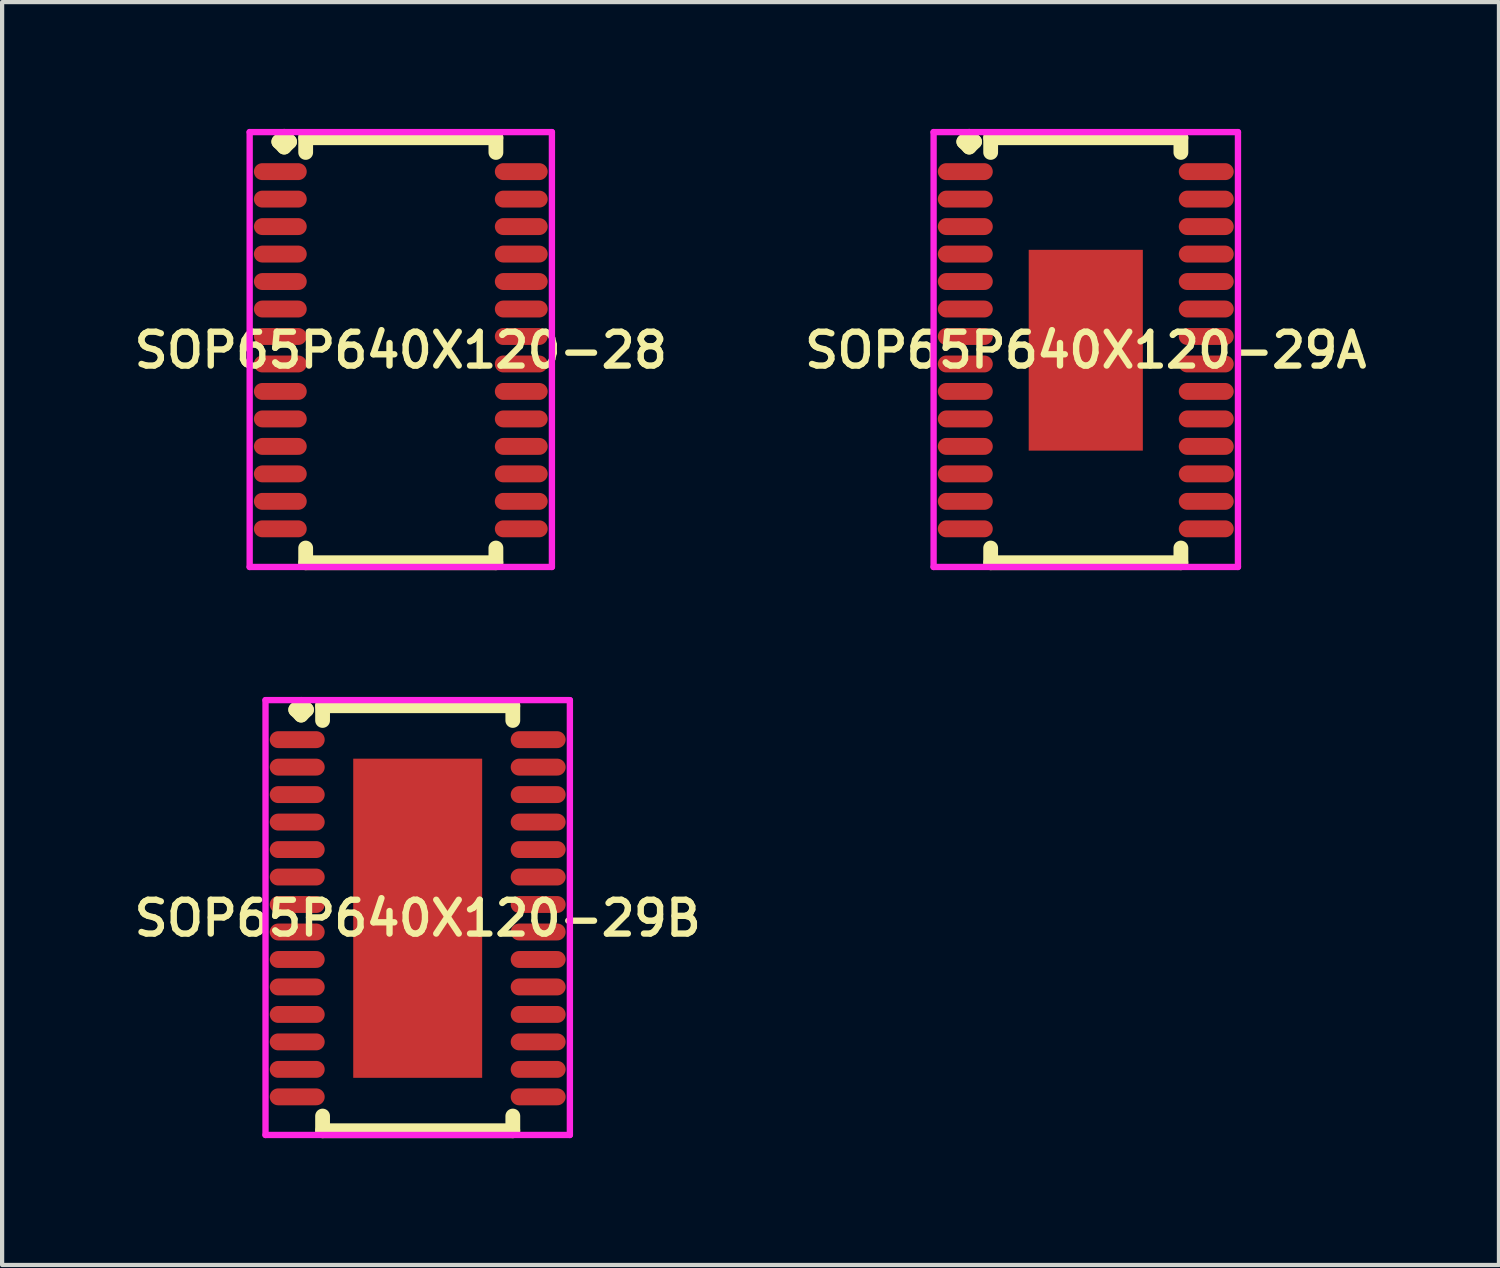
<source format=kicad_pcb>
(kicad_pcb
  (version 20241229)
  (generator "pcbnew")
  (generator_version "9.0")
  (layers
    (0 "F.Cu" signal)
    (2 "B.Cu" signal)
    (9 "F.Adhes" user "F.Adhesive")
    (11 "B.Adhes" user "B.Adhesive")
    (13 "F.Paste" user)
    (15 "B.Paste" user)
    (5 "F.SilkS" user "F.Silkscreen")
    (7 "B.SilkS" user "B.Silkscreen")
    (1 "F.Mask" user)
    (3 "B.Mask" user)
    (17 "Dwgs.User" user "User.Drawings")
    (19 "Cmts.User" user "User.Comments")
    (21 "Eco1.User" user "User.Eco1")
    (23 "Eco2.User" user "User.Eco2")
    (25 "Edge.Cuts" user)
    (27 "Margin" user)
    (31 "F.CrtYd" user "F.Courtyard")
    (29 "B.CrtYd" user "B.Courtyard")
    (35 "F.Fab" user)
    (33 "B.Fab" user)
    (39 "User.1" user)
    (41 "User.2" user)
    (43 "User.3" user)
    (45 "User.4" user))
  (footprint "SOP65P640X120-28"
    (layer "F.Cu")
    (at 6.431 5.235)
    (property "Reference" "SOP65P640X120-28" (at 0 0 0) (layer "F.SilkS") (effects (font (size 0.8 0.8) (thickness 0.15))))
    (attr smd)
    (fp_line (start -2.885 -4.933) (end -2.758 -5.06) (stroke (width 0.35) (type solid)) (layer "F.SilkS"))
    (fp_line (start -2.758 -5.06) (end -2.631 -4.933) (stroke (width 0.35) (type solid)) (layer "F.SilkS"))
    (fp_line (start -2.758 -4.806) (end -2.885 -4.933) (stroke (width 0.35) (type solid)) (layer "F.SilkS"))
    (fp_line (start -2.631 -4.933) (end -2.758 -4.806) (stroke (width 0.35) (type solid)) (layer "F.SilkS"))
    (fp_line (start -2.25 -5.027) (end 2.25 -5.027) (stroke (width 0.35) (type solid)) (layer "F.SilkS"))
    (fp_line (start -2.25 -4.679) (end -2.25 -5.027) (stroke (width 0.35) (type solid)) (layer "F.SilkS"))
    (fp_line (start -2.25 4.679) (end -2.25 5.027) (stroke (width 0.35) (type solid)) (layer "F.SilkS"))
    (fp_line (start -2.25 5.027) (end 2.25 5.027) (stroke (width 0.35) (type solid)) (layer "F.SilkS"))
    (fp_line (start 2.25 -5.027) (end 2.25 -4.679) (stroke (width 0.35) (type solid)) (layer "F.SilkS"))
    (fp_line (start 2.25 5.027) (end 2.25 4.679) (stroke (width 0.35) (type solid)) (layer "F.SilkS"))
    (fp_line (start -3.575 -5.16) (end 3.575 -5.16) (stroke (width 0.15) (type solid)) (layer "F.CrtYd"))
    (fp_line (start -3.575 5.127) (end -3.575 -5.16) (stroke (width 0.15) (type solid)) (layer "F.CrtYd"))
    (fp_line (start 3.575 -5.16) (end 3.575 5.127) (stroke (width 0.15) (type solid)) (layer "F.CrtYd"))
    (fp_line (start 3.575 5.127) (end -3.575 5.127) (stroke (width 0.15) (type solid)) (layer "F.CrtYd"))
    (pad "1" smd oval (at -2.85 -4.225) (size 1.25 0.4) (layers "F.Cu" "F.Mask" "F.Paste"))
    (pad "2" smd oval (at -2.85 -3.575) (size 1.25 0.4) (layers "F.Cu" "F.Mask" "F.Paste"))
    (pad "3" smd oval (at -2.85 -2.925) (size 1.25 0.4) (layers "F.Cu" "F.Mask" "F.Paste"))
    (pad "4" smd oval (at -2.85 -2.275) (size 1.25 0.4) (layers "F.Cu" "F.Mask" "F.Paste"))
    (pad "5" smd oval (at -2.85 -1.625) (size 1.25 0.4) (layers "F.Cu" "F.Mask" "F.Paste"))
    (pad "6" smd oval (at -2.85 -0.975) (size 1.25 0.4) (layers "F.Cu" "F.Mask" "F.Paste"))
    (pad "7" smd oval (at -2.85 -0.325) (size 1.25 0.4) (layers "F.Cu" "F.Mask" "F.Paste"))
    (pad "8" smd oval (at -2.85 0.325) (size 1.25 0.4) (layers "F.Cu" "F.Mask" "F.Paste"))
    (pad "9" smd oval (at -2.85 0.975) (size 1.25 0.4) (layers "F.Cu" "F.Mask" "F.Paste"))
    (pad "10" smd oval (at -2.85 1.625) (size 1.25 0.4) (layers "F.Cu" "F.Mask" "F.Paste"))
    (pad "11" smd oval (at -2.85 2.275) (size 1.25 0.4) (layers "F.Cu" "F.Mask" "F.Paste"))
    (pad "12" smd oval (at -2.85 2.925) (size 1.25 0.4) (layers "F.Cu" "F.Mask" "F.Paste"))
    (pad "13" smd oval (at -2.85 3.575) (size 1.25 0.4) (layers "F.Cu" "F.Mask" "F.Paste"))
    (pad "14" smd oval (at -2.85 4.225) (size 1.25 0.4) (layers "F.Cu" "F.Mask" "F.Paste"))
    (pad "15" smd oval (at 2.85 4.225) (size 1.25 0.4) (layers "F.Cu" "F.Mask" "F.Paste"))
    (pad "16" smd oval (at 2.85 3.575) (size 1.25 0.4) (layers "F.Cu" "F.Mask" "F.Paste"))
    (pad "17" smd oval (at 2.85 2.925) (size 1.25 0.4) (layers "F.Cu" "F.Mask" "F.Paste"))
    (pad "18" smd oval (at 2.85 2.275) (size 1.25 0.4) (layers "F.Cu" "F.Mask" "F.Paste"))
    (pad "19" smd oval (at 2.85 1.625) (size 1.25 0.4) (layers "F.Cu" "F.Mask" "F.Paste"))
    (pad "20" smd oval (at 2.85 0.975) (size 1.25 0.4) (layers "F.Cu" "F.Mask" "F.Paste"))
    (pad "21" smd oval (at 2.85 0.325) (size 1.25 0.4) (layers "F.Cu" "F.Mask" "F.Paste"))
    (pad "22" smd oval (at 2.85 -0.325) (size 1.25 0.4) (layers "F.Cu" "F.Mask" "F.Paste"))
    (pad "23" smd oval (at 2.85 -0.975) (size 1.25 0.4) (layers "F.Cu" "F.Mask" "F.Paste"))
    (pad "24" smd oval (at 2.85 -1.625) (size 1.25 0.4) (layers "F.Cu" "F.Mask" "F.Paste"))
    (pad "25" smd oval (at 2.85 -2.275) (size 1.25 0.4) (layers "F.Cu" "F.Mask" "F.Paste"))
    (pad "26" smd oval (at 2.85 -2.925) (size 1.25 0.4) (layers "F.Cu" "F.Mask" "F.Paste"))
    (pad "27" smd oval (at 2.85 -3.575) (size 1.25 0.4) (layers "F.Cu" "F.Mask" "F.Paste"))
    (pad "28" smd oval (at 2.85 -4.225) (size 1.25 0.4) (layers "F.Cu" "F.Mask" "F.Paste")))
  (footprint "SOP65P640X120-29A"
    (layer "F.Cu")
    (at 22.635 5.235)
    (property "Reference" "SOP65P640X120-29A" (at 0 0 0) (layer "F.SilkS") (effects (font (size 0.8 0.8) (thickness 0.15))))
    (attr smd)
    (fp_line (start -2.885 -4.933) (end -2.758 -5.06) (stroke (width 0.35) (type solid)) (layer "F.SilkS"))
    (fp_line (start -2.758 -5.06) (end -2.631 -4.933) (stroke (width 0.35) (type solid)) (layer "F.SilkS"))
    (fp_line (start -2.758 -4.806) (end -2.885 -4.933) (stroke (width 0.35) (type solid)) (layer "F.SilkS"))
    (fp_line (start -2.631 -4.933) (end -2.758 -4.806) (stroke (width 0.35) (type solid)) (layer "F.SilkS"))
    (fp_line (start -2.25 -5.027) (end 2.25 -5.027) (stroke (width 0.35) (type solid)) (layer "F.SilkS"))
    (fp_line (start -2.25 -4.679) (end -2.25 -5.027) (stroke (width 0.35) (type solid)) (layer "F.SilkS"))
    (fp_line (start -2.25 4.679) (end -2.25 5.027) (stroke (width 0.35) (type solid)) (layer "F.SilkS"))
    (fp_line (start -2.25 5.027) (end 2.25 5.027) (stroke (width 0.35) (type solid)) (layer "F.SilkS"))
    (fp_line (start 2.25 -5.027) (end 2.25 -4.679) (stroke (width 0.35) (type solid)) (layer "F.SilkS"))
    (fp_line (start 2.25 5.027) (end 2.25 4.679) (stroke (width 0.35) (type solid)) (layer "F.SilkS"))
    (fp_line (start -3.6 -5.16) (end 3.6 -5.16) (stroke (width 0.15) (type solid)) (layer "F.CrtYd"))
    (fp_line (start -3.6 5.127) (end -3.6 -5.16) (stroke (width 0.15) (type solid)) (layer "F.CrtYd"))
    (fp_line (start 3.6 -5.16) (end 3.6 5.127) (stroke (width 0.15) (type solid)) (layer "F.CrtYd"))
    (fp_line (start 3.6 5.127) (end -3.6 5.127) (stroke (width 0.15) (type solid)) (layer "F.CrtYd"))
    (pad "1" smd oval (at -2.85 -4.225) (size 1.3 0.4) (layers "F.Cu" "F.Mask" "F.Paste"))
    (pad "2" smd oval (at -2.85 -3.575) (size 1.3 0.4) (layers "F.Cu" "F.Mask" "F.Paste"))
    (pad "3" smd oval (at -2.85 -2.925) (size 1.3 0.4) (layers "F.Cu" "F.Mask" "F.Paste"))
    (pad "4" smd oval (at -2.85 -2.275) (size 1.3 0.4) (layers "F.Cu" "F.Mask" "F.Paste"))
    (pad "5" smd oval (at -2.85 -1.625) (size 1.3 0.4) (layers "F.Cu" "F.Mask" "F.Paste"))
    (pad "6" smd oval (at -2.85 -0.975) (size 1.3 0.4) (layers "F.Cu" "F.Mask" "F.Paste"))
    (pad "7" smd oval (at -2.85 -0.325) (size 1.3 0.4) (layers "F.Cu" "F.Mask" "F.Paste"))
    (pad "8" smd oval (at -2.85 0.325) (size 1.3 0.4) (layers "F.Cu" "F.Mask" "F.Paste"))
    (pad "9" smd oval (at -2.85 0.975) (size 1.3 0.4) (layers "F.Cu" "F.Mask" "F.Paste"))
    (pad "10" smd oval (at -2.85 1.625) (size 1.3 0.4) (layers "F.Cu" "F.Mask" "F.Paste"))
    (pad "11" smd oval (at -2.85 2.275) (size 1.3 0.4) (layers "F.Cu" "F.Mask" "F.Paste"))
    (pad "12" smd oval (at -2.85 2.925) (size 1.3 0.4) (layers "F.Cu" "F.Mask" "F.Paste"))
    (pad "13" smd oval (at -2.85 3.575) (size 1.3 0.4) (layers "F.Cu" "F.Mask" "F.Paste"))
    (pad "14" smd oval (at -2.85 4.225) (size 1.3 0.4) (layers "F.Cu" "F.Mask" "F.Paste"))
    (pad "15" smd oval (at 2.85 4.225) (size 1.3 0.4) (layers "F.Cu" "F.Mask" "F.Paste"))
    (pad "16" smd oval (at 2.85 3.575) (size 1.3 0.4) (layers "F.Cu" "F.Mask" "F.Paste"))
    (pad "17" smd oval (at 2.85 2.925) (size 1.3 0.4) (layers "F.Cu" "F.Mask" "F.Paste"))
    (pad "18" smd oval (at 2.85 2.275) (size 1.3 0.4) (layers "F.Cu" "F.Mask" "F.Paste"))
    (pad "19" smd oval (at 2.85 1.625) (size 1.3 0.4) (layers "F.Cu" "F.Mask" "F.Paste"))
    (pad "20" smd oval (at 2.85 0.975) (size 1.3 0.4) (layers "F.Cu" "F.Mask" "F.Paste"))
    (pad "21" smd oval (at 2.85 0.325) (size 1.3 0.4) (layers "F.Cu" "F.Mask" "F.Paste"))
    (pad "22" smd oval (at 2.85 -0.325) (size 1.3 0.4) (layers "F.Cu" "F.Mask" "F.Paste"))
    (pad "23" smd oval (at 2.85 -0.975) (size 1.3 0.4) (layers "F.Cu" "F.Mask" "F.Paste"))
    (pad "24" smd oval (at 2.85 -1.625) (size 1.3 0.4) (layers "F.Cu" "F.Mask" "F.Paste"))
    (pad "25" smd oval (at 2.85 -2.275) (size 1.3 0.4) (layers "F.Cu" "F.Mask" "F.Paste"))
    (pad "26" smd oval (at 2.85 -2.925) (size 1.3 0.4) (layers "F.Cu" "F.Mask" "F.Paste"))
    (pad "27" smd oval (at 2.85 -3.575) (size 1.3 0.4) (layers "F.Cu" "F.Mask" "F.Paste"))
    (pad "28" smd oval (at 2.85 -4.225) (size 1.3 0.4) (layers "F.Cu" "F.Mask" "F.Paste"))
    (pad "29" smd rect (at 0 0) (size 2.7 4.75) (layers "F.Cu" "F.Mask" "F.Paste")))
  (footprint "SOP65P640X120-29B"
    (layer "F.Cu")
    (at 6.831 18.672)
    (property "Reference" "SOP65P640X120-29B" (at 0 0 0) (layer "F.SilkS") (effects (font (size 0.8 0.8) (thickness 0.15))))
    (attr smd)
    (fp_line (start -2.885 -4.933) (end -2.758 -5.06) (stroke (width 0.35) (type solid)) (layer "F.SilkS"))
    (fp_line (start -2.758 -5.06) (end -2.631 -4.933) (stroke (width 0.35) (type solid)) (layer "F.SilkS"))
    (fp_line (start -2.758 -4.806) (end -2.885 -4.933) (stroke (width 0.35) (type solid)) (layer "F.SilkS"))
    (fp_line (start -2.631 -4.933) (end -2.758 -4.806) (stroke (width 0.35) (type solid)) (layer "F.SilkS"))
    (fp_line (start -2.25 -5.027) (end 2.25 -5.027) (stroke (width 0.35) (type solid)) (layer "F.SilkS"))
    (fp_line (start -2.25 -4.679) (end -2.25 -5.027) (stroke (width 0.35) (type solid)) (layer "F.SilkS"))
    (fp_line (start -2.25 4.679) (end -2.25 5.027) (stroke (width 0.35) (type solid)) (layer "F.SilkS"))
    (fp_line (start -2.25 5.027) (end 2.25 5.027) (stroke (width 0.35) (type solid)) (layer "F.SilkS"))
    (fp_line (start 2.25 -5.027) (end 2.25 -4.679) (stroke (width 0.35) (type solid)) (layer "F.SilkS"))
    (fp_line (start 2.25 5.027) (end 2.25 4.679) (stroke (width 0.35) (type solid)) (layer "F.SilkS"))
    (fp_line (start -3.6 -5.16) (end 3.6 -5.16) (stroke (width 0.15) (type solid)) (layer "F.CrtYd"))
    (fp_line (start -3.6 5.127) (end -3.6 -5.16) (stroke (width 0.15) (type solid)) (layer "F.CrtYd"))
    (fp_line (start 3.6 -5.16) (end 3.6 5.127) (stroke (width 0.15) (type solid)) (layer "F.CrtYd"))
    (fp_line (start 3.6 5.127) (end -3.6 5.127) (stroke (width 0.15) (type solid)) (layer "F.CrtYd"))
    (pad "1" smd oval (at -2.85 -4.225) (size 1.3 0.4) (layers "F.Cu" "F.Mask" "F.Paste"))
    (pad "2" smd oval (at -2.85 -3.575) (size 1.3 0.4) (layers "F.Cu" "F.Mask" "F.Paste"))
    (pad "3" smd oval (at -2.85 -2.925) (size 1.3 0.4) (layers "F.Cu" "F.Mask" "F.Paste"))
    (pad "4" smd oval (at -2.85 -2.275) (size 1.3 0.4) (layers "F.Cu" "F.Mask" "F.Paste"))
    (pad "5" smd oval (at -2.85 -1.625) (size 1.3 0.4) (layers "F.Cu" "F.Mask" "F.Paste"))
    (pad "6" smd oval (at -2.85 -0.975) (size 1.3 0.4) (layers "F.Cu" "F.Mask" "F.Paste"))
    (pad "7" smd oval (at -2.85 -0.325) (size 1.3 0.4) (layers "F.Cu" "F.Mask" "F.Paste"))
    (pad "8" smd oval (at -2.85 0.325) (size 1.3 0.4) (layers "F.Cu" "F.Mask" "F.Paste"))
    (pad "9" smd oval (at -2.85 0.975) (size 1.3 0.4) (layers "F.Cu" "F.Mask" "F.Paste"))
    (pad "10" smd oval (at -2.85 1.625) (size 1.3 0.4) (layers "F.Cu" "F.Mask" "F.Paste"))
    (pad "11" smd oval (at -2.85 2.275) (size 1.3 0.4) (layers "F.Cu" "F.Mask" "F.Paste"))
    (pad "12" smd oval (at -2.85 2.925) (size 1.3 0.4) (layers "F.Cu" "F.Mask" "F.Paste"))
    (pad "13" smd oval (at -2.85 3.575) (size 1.3 0.4) (layers "F.Cu" "F.Mask" "F.Paste"))
    (pad "14" smd oval (at -2.85 4.225) (size 1.3 0.4) (layers "F.Cu" "F.Mask" "F.Paste"))
    (pad "15" smd oval (at 2.85 4.225) (size 1.3 0.4) (layers "F.Cu" "F.Mask" "F.Paste"))
    (pad "16" smd oval (at 2.85 3.575) (size 1.3 0.4) (layers "F.Cu" "F.Mask" "F.Paste"))
    (pad "17" smd oval (at 2.85 2.925) (size 1.3 0.4) (layers "F.Cu" "F.Mask" "F.Paste"))
    (pad "18" smd oval (at 2.85 2.275) (size 1.3 0.4) (layers "F.Cu" "F.Mask" "F.Paste"))
    (pad "19" smd oval (at 2.85 1.625) (size 1.3 0.4) (layers "F.Cu" "F.Mask" "F.Paste"))
    (pad "20" smd oval (at 2.85 0.975) (size 1.3 0.4) (layers "F.Cu" "F.Mask" "F.Paste"))
    (pad "21" smd oval (at 2.85 0.325) (size 1.3 0.4) (layers "F.Cu" "F.Mask" "F.Paste"))
    (pad "22" smd oval (at 2.85 -0.325) (size 1.3 0.4) (layers "F.Cu" "F.Mask" "F.Paste"))
    (pad "23" smd oval (at 2.85 -0.975) (size 1.3 0.4) (layers "F.Cu" "F.Mask" "F.Paste"))
    (pad "24" smd oval (at 2.85 -1.625) (size 1.3 0.4) (layers "F.Cu" "F.Mask" "F.Paste"))
    (pad "25" smd oval (at 2.85 -2.275) (size 1.3 0.4) (layers "F.Cu" "F.Mask" "F.Paste"))
    (pad "26" smd oval (at 2.85 -2.925) (size 1.3 0.4) (layers "F.Cu" "F.Mask" "F.Paste"))
    (pad "27" smd oval (at 2.85 -3.575) (size 1.3 0.4) (layers "F.Cu" "F.Mask" "F.Paste"))
    (pad "28" smd oval (at 2.85 -4.225) (size 1.3 0.4) (layers "F.Cu" "F.Mask" "F.Paste"))
    (pad "29" smd rect (at 0 0) (size 3.05 7.55) (layers "F.Cu" "F.Mask" "F.Paste")))
  (gr_rect
    (start -3 -3)
    (end 32.409 26.874)
    (stroke (width 0.1) (type default))
    (fill no)
    (layer "Edge.Cuts")))
</source>
